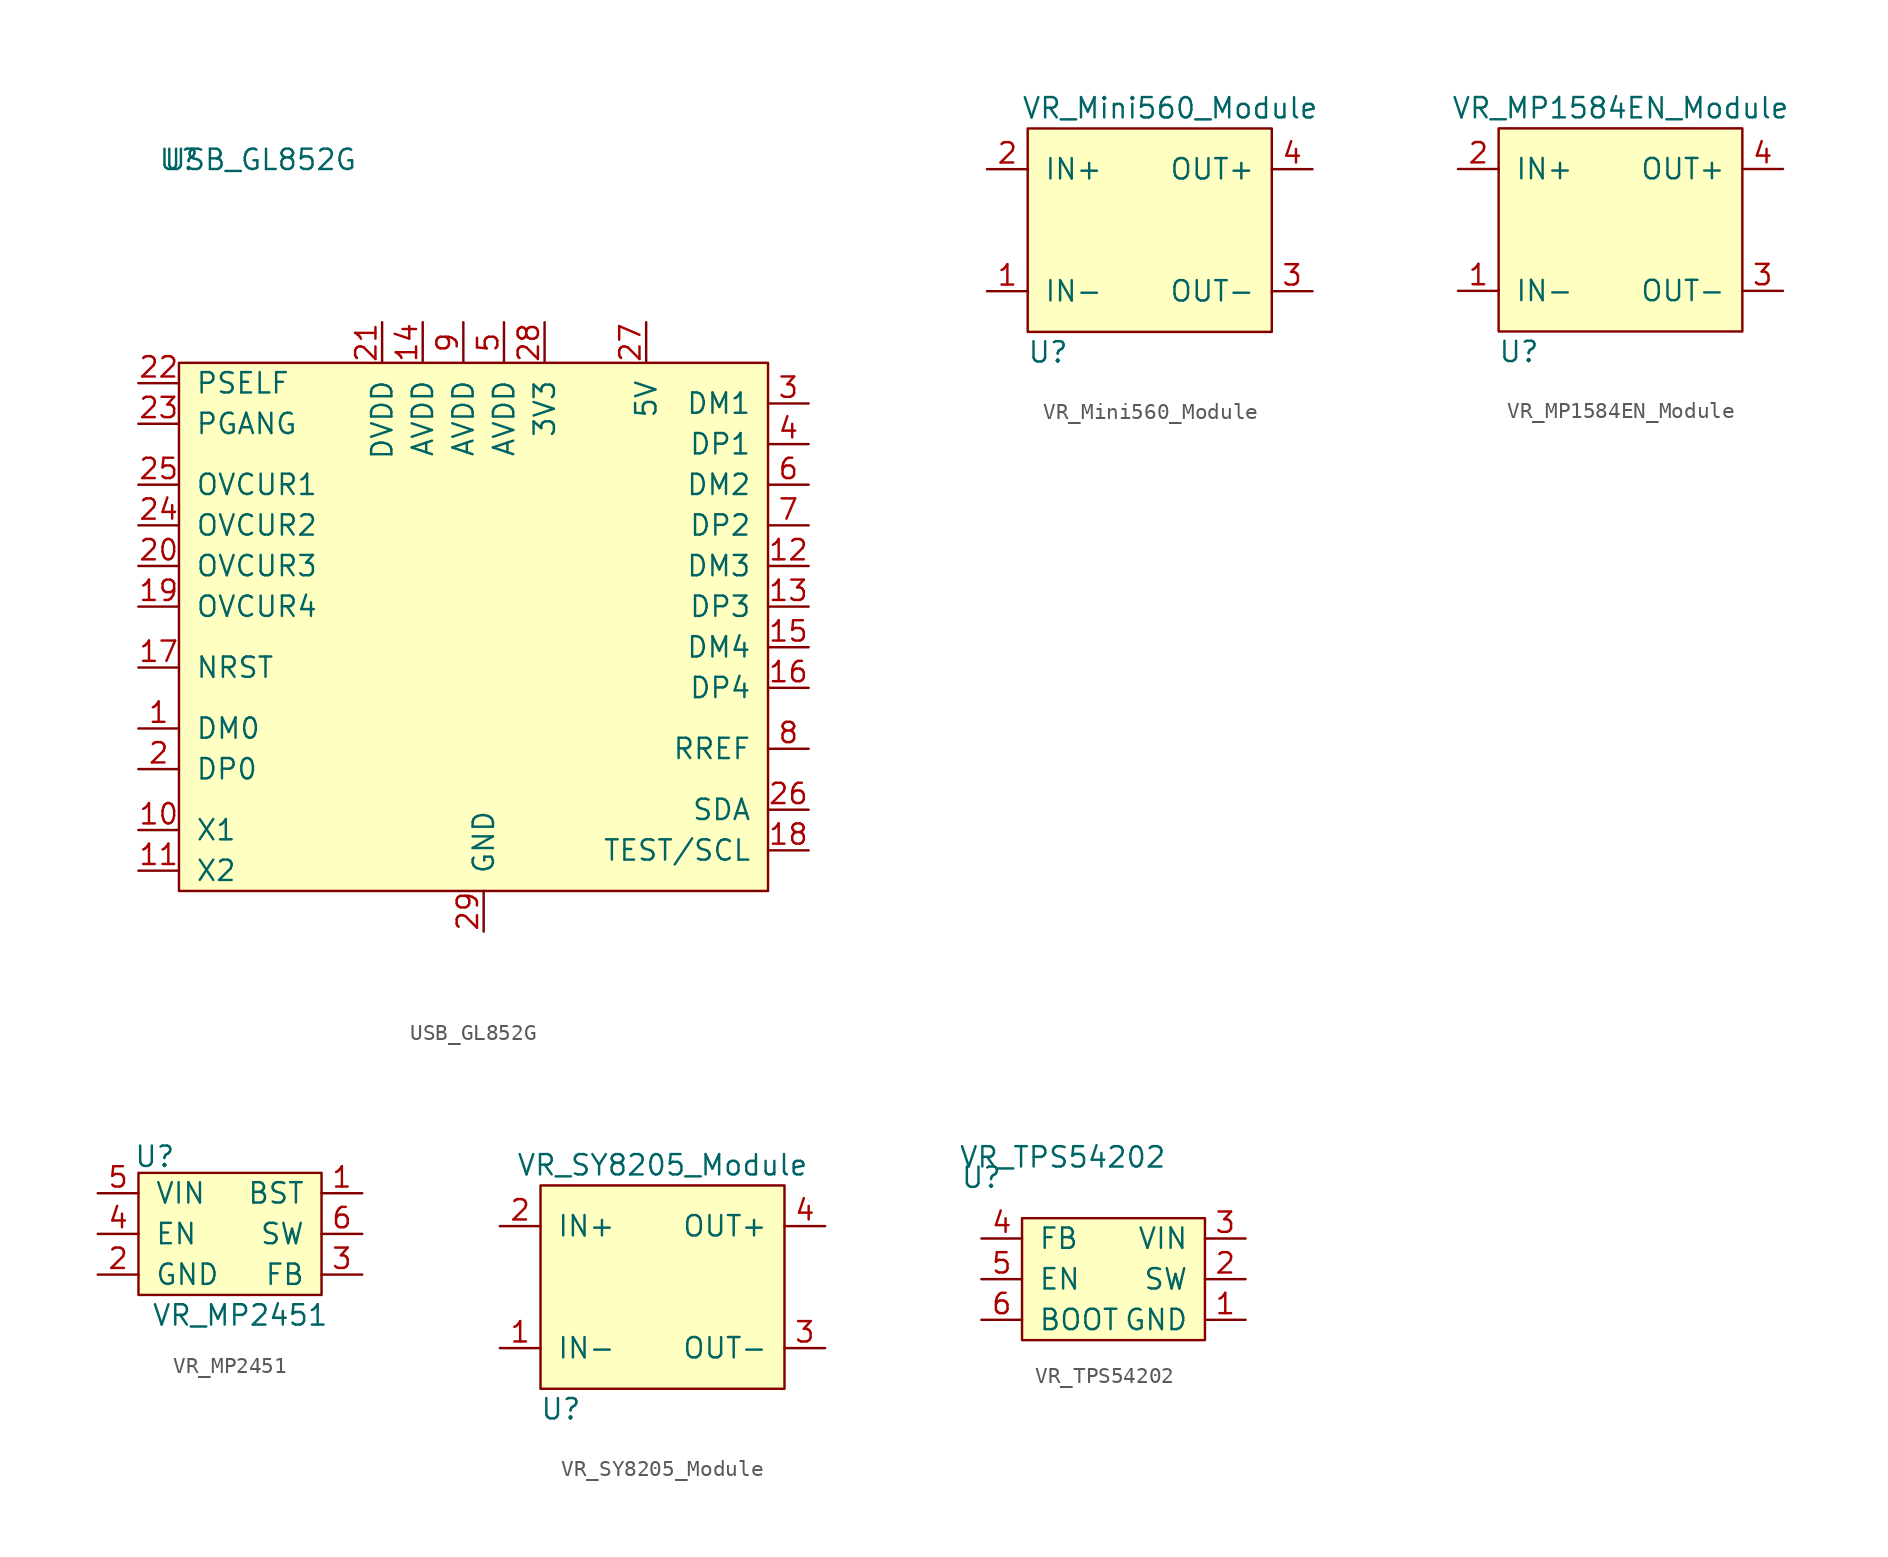
<source format=kicad_sym>
(kicad_symbol_lib
  (version 20211014)
  (generator kicad_symbol_editor)
  (symbol "USB_GL852G"
    (pin_names
      (offset 1.016))
    (property "Reference" "U"
      (at 0 13.97 0)
      (effects (font (size 1.27 1.27))))
    (property "Value" "USB_GL852G"
      (at 5.08 13.97 0)
      (effects (font (size 1.27 1.27))))
    (symbol "USB_GL852G_0_1"
      (rectangle (start 0 1.27) (end 36.83 -31.75) (stroke (width 0) (type default) (color 0 0 0 0)) (fill (type background))))
    (symbol "USB_GL852G_1_1"
      (pin bidirectional line (at -2.54 -21.59 0) (length 2.54) (name "DM0" (effects (font (size 1.27 1.27)))) (number "1" (effects (font (size 1.27 1.27)))))
      (pin input line (at -2.54 -27.94 0) (length 2.54) (name "X1" (effects (font (size 1.27 1.27)))) (number "10" (effects (font (size 1.27 1.27)))))
      (pin output line (at -2.54 -30.48 0) (length 2.54) (name "X2" (effects (font (size 1.27 1.27)))) (number "11" (effects (font (size 1.27 1.27)))))
      (pin bidirectional line (at 39.37 -11.43 180) (length 2.54) (name "DM3" (effects (font (size 1.27 1.27)))) (number "12" (effects (font (size 1.27 1.27)))))
      (pin bidirectional line (at 39.37 -13.97 180) (length 2.54) (name "DP3" (effects (font (size 1.27 1.27)))) (number "13" (effects (font (size 1.27 1.27)))))
      (pin power_in line (at 15.24 3.81 270) (length 2.54) (name "AVDD" (effects (font (size 1.27 1.27)))) (number "14" (effects (font (size 1.27 1.27)))))
      (pin bidirectional line (at 39.37 -16.51 180) (length 2.54) (name "DM4" (effects (font (size 1.27 1.27)))) (number "15" (effects (font (size 1.27 1.27)))))
      (pin bidirectional line (at 39.37 -19.05 180) (length 2.54) (name "DP4" (effects (font (size 1.27 1.27)))) (number "16" (effects (font (size 1.27 1.27)))))
      (pin input line (at -2.54 -17.78 0) (length 2.54) (name "NRST" (effects (font (size 1.27 1.27)))) (number "17" (effects (font (size 1.27 1.27)))))
      (pin bidirectional line (at 39.37 -29.21 180) (length 2.54) (name "TEST/SCL" (effects (font (size 1.27 1.27)))) (number "18" (effects (font (size 1.27 1.27)))))
      (pin input line (at -2.54 -13.97 0) (length 2.54) (name "OVCUR4" (effects (font (size 1.27 1.27)))) (number "19" (effects (font (size 1.27 1.27)))))
      (pin bidirectional line (at -2.54 -24.13 0) (length 2.54) (name "DP0" (effects (font (size 1.27 1.27)))) (number "2" (effects (font (size 1.27 1.27)))))
      (pin input line (at -2.54 -11.43 0) (length 2.54) (name "OVCUR3" (effects (font (size 1.27 1.27)))) (number "20" (effects (font (size 1.27 1.27)))))
      (pin power_in line (at 12.7 3.81 270) (length 2.54) (name "DVDD" (effects (font (size 1.27 1.27)))) (number "21" (effects (font (size 1.27 1.27)))))
      (pin input line (at -2.54 0 0) (length 2.54) (name "PSELF" (effects (font (size 1.27 1.27)))) (number "22" (effects (font (size 1.27 1.27)))))
      (pin bidirectional line (at -2.54 -2.54 0) (length 2.54) (name "PGANG" (effects (font (size 1.27 1.27)))) (number "23" (effects (font (size 1.27 1.27)))))
      (pin input line (at -2.54 -8.89 0) (length 2.54) (name "OVCUR2" (effects (font (size 1.27 1.27)))) (number "24" (effects (font (size 1.27 1.27)))))
      (pin input line (at -2.54 -6.35 0) (length 2.54) (name "OVCUR1" (effects (font (size 1.27 1.27)))) (number "25" (effects (font (size 1.27 1.27)))))
      (pin output line (at 39.37 -26.67 180) (length 2.54) (name "SDA" (effects (font (size 1.27 1.27)))) (number "26" (effects (font (size 1.27 1.27)))))
      (pin power_in line (at 29.21 3.81 270) (length 2.54) (name "5V" (effects (font (size 1.27 1.27)))) (number "27" (effects (font (size 1.27 1.27)))))
      (pin power_out line (at 22.86 3.81 270) (length 2.54) (name "3V3" (effects (font (size 1.27 1.27)))) (number "28" (effects (font (size 1.27 1.27)))))
      (pin power_out line (at 19.05 -34.29 90) (length 2.54) (name "GND" (effects (font (size 1.27 1.27)))) (number "29" (effects (font (size 1.27 1.27)))))
      (pin bidirectional line (at 39.37 -1.27 180) (length 2.54) (name "DM1" (effects (font (size 1.27 1.27)))) (number "3" (effects (font (size 1.27 1.27)))))
      (pin bidirectional line (at 39.37 -3.81 180) (length 2.54) (name "DP1" (effects (font (size 1.27 1.27)))) (number "4" (effects (font (size 1.27 1.27)))))
      (pin power_in line (at 20.32 3.81 270) (length 2.54) (name "AVDD" (effects (font (size 1.27 1.27)))) (number "5" (effects (font (size 1.27 1.27)))))
      (pin bidirectional line (at 39.37 -6.35 180) (length 2.54) (name "DM2" (effects (font (size 1.27 1.27)))) (number "6" (effects (font (size 1.27 1.27)))))
      (pin bidirectional line (at 39.37 -8.89 180) (length 2.54) (name "DP2" (effects (font (size 1.27 1.27)))) (number "7" (effects (font (size 1.27 1.27)))))
      (pin input line (at 39.37 -22.86 180) (length 2.54) (name "RREF" (effects (font (size 1.27 1.27)))) (number "8" (effects (font (size 1.27 1.27)))))
      (pin power_in line (at 17.78 3.81 270) (length 2.54) (name "AVDD" (effects (font (size 1.27 1.27)))) (number "9" (effects (font (size 1.27 1.27)))))))
  (symbol "VR_Mini560_Module"
    (pin_names
      (offset 1.016))
    (property "Reference" "U"
      (at -6.35 -7.62 0)
      (effects (font (size 1.27 1.27))))
    (property "Value" "VR_Mini560_Module"
      (at 1.27 7.62 0)
      (effects (font (size 1.27 1.27))))
    (symbol "VR_Mini560_Module_0_1"
      (rectangle (start -7.62 6.35) (end 7.62 -6.35) (stroke (width 0) (type default) (color 0 0 0 0)) (fill (type background))))
    (symbol "VR_Mini560_Module_1_1"
      (pin power_in line (at -10.16 -3.81 0) (length 2.54) (name "IN-" (effects (font (size 1.27 1.27)))) (number "1" (effects (font (size 1.27 1.27)))))
      (pin power_in line (at -10.16 3.81 0) (length 2.54) (name "IN+" (effects (font (size 1.27 1.27)))) (number "2" (effects (font (size 1.27 1.27)))))
      (pin power_out line (at 10.16 -3.81 180) (length 2.54) (name "OUT-" (effects (font (size 1.27 1.27)))) (number "3" (effects (font (size 1.27 1.27)))))
      (pin power_out line (at 10.16 3.81 180) (length 2.54) (name "OUT+" (effects (font (size 1.27 1.27)))) (number "4" (effects (font (size 1.27 1.27)))))))
  (symbol "VR_MP1584EN_Module"
    (pin_names
      (offset 1.016))
    (property "Reference" "U"
      (at -6.35 -7.62 0)
      (effects (font (size 1.27 1.27))))
    (property "Value" "VR_MP1584EN_Module"
      (at 0 7.62 0)
      (effects (font (size 1.27 1.27))))
    (symbol "VR_MP1584EN_Module_0_1"
      (rectangle (start -7.62 6.35) (end 7.62 -6.35) (stroke (width 0) (type default) (color 0 0 0 0)) (fill (type background))))
    (symbol "VR_MP1584EN_Module_1_1"
      (pin power_in line (at -10.16 -3.81 0) (length 2.54) (name "IN-" (effects (font (size 1.27 1.27)))) (number "1" (effects (font (size 1.27 1.27)))))
      (pin power_in line (at -10.16 3.81 0) (length 2.54) (name "IN+" (effects (font (size 1.27 1.27)))) (number "2" (effects (font (size 1.27 1.27)))))
      (pin power_out line (at 10.16 -3.81 180) (length 2.54) (name "OUT-" (effects (font (size 1.27 1.27)))) (number "3" (effects (font (size 1.27 1.27)))))
      (pin power_out line (at 10.16 3.81 180) (length 2.54) (name "OUT+" (effects (font (size 1.27 1.27)))) (number "4" (effects (font (size 1.27 1.27)))))))
  (symbol "VR_MP2451"
    (pin_names
      (offset 1.016))
    (property "Reference" "U"
      (at 3.556 2.286 0)
      (effects (font (size 1.27 1.27))))
    (property "Value" "VR_MP2451"
      (at 8.89 -7.62 0)
      (effects (font (size 1.27 1.27))))
    (symbol "VR_MP2451_0_1"
      (rectangle (start 2.54 1.27) (end 13.97 -6.35) (stroke (width 0) (type default) (color 0 0 0 0)) (fill (type background))))
    (symbol "VR_MP2451_1_1"
      (pin power_out line (at 16.51 0 180) (length 2.54) (name "BST" (effects (font (size 1.27 1.27)))) (number "1" (effects (font (size 1.27 1.27)))))
      (pin power_in line (at 0 -5.08 0) (length 2.54) (name "GND" (effects (font (size 1.27 1.27)))) (number "2" (effects (font (size 1.27 1.27)))))
      (pin input line (at 16.51 -5.08 180) (length 2.54) (name "FB" (effects (font (size 1.27 1.27)))) (number "3" (effects (font (size 1.27 1.27)))))
      (pin input line (at 0 -2.54 0) (length 2.54) (name "EN" (effects (font (size 1.27 1.27)))) (number "4" (effects (font (size 1.27 1.27)))))
      (pin power_in line (at 0 0 0) (length 2.54) (name "VIN" (effects (font (size 1.27 1.27)))) (number "5" (effects (font (size 1.27 1.27)))))
      (pin power_out line (at 16.51 -2.54 180) (length 2.54) (name "SW" (effects (font (size 1.27 1.27)))) (number "6" (effects (font (size 1.27 1.27)))))))
  (symbol "VR_SY8205_Module"
    (pin_names
      (offset 1.016))
    (property "Reference" "U"
      (at -6.35 -7.62 0)
      (effects (font (size 1.27 1.27))))
    (property "Value" "VR_SY8205_Module"
      (at 0 7.62 0)
      (effects (font (size 1.27 1.27))))
    (symbol "VR_SY8205_Module_0_1"
      (rectangle (start -7.62 6.35) (end 7.62 -6.35) (stroke (width 0) (type default) (color 0 0 0 0)) (fill (type background))))
    (symbol "VR_SY8205_Module_1_1"
      (pin power_in line (at -10.16 -3.81 0) (length 2.54) (name "IN-" (effects (font (size 1.27 1.27)))) (number "1" (effects (font (size 1.27 1.27)))))
      (pin power_in line (at -10.16 3.81 0) (length 2.54) (name "IN+" (effects (font (size 1.27 1.27)))) (number "2" (effects (font (size 1.27 1.27)))))
      (pin power_out line (at 10.16 -3.81 180) (length 2.54) (name "OUT-" (effects (font (size 1.27 1.27)))) (number "3" (effects (font (size 1.27 1.27)))))
      (pin power_out line (at 10.16 3.81 180) (length 2.54) (name "OUT+" (effects (font (size 1.27 1.27)))) (number "4" (effects (font (size 1.27 1.27)))))))
  (symbol "VR_TPS54202"
    (pin_names
      (offset 1.016))
    (property "Reference" "U"
      (at 0 0 0)
      (effects (font (size 1.27 1.27))))
    (property "Value" "VR_TPS54202"
      (at 5.08 1.27 0)
      (effects (font (size 1.27 1.27))))
    (symbol "VR_TPS54202_0_0"
      (pin power_in line (at 16.51 -8.89 180) (length 2.54) (name "GND" (effects (font (size 1.27 1.27)))) (number "1" (effects (font (size 1.27 1.27)))))
      (pin power_out line (at 16.51 -6.35 180) (length 2.54) (name "SW" (effects (font (size 1.27 1.27)))) (number "2" (effects (font (size 1.27 1.27)))))
      (pin power_in line (at 16.51 -3.81 180) (length 2.54) (name "VIN" (effects (font (size 1.27 1.27)))) (number "3" (effects (font (size 1.27 1.27)))))
      (pin input line (at 0 -3.81 0) (length 2.54) (name "FB" (effects (font (size 1.27 1.27)))) (number "4" (effects (font (size 1.27 1.27)))))
      (pin input line (at 0 -6.35 0) (length 2.54) (name "EN" (effects (font (size 1.27 1.27)))) (number "5" (effects (font (size 1.27 1.27)))))
      (pin power_out line (at 0 -8.89 0) (length 2.54) (name "BOOT" (effects (font (size 1.27 1.27)))) (number "6" (effects (font (size 1.27 1.27))))))
    (symbol "VR_TPS54202_0_1"
      (rectangle (start 2.54 -2.54) (end 13.97 -10.16) (stroke (width 0) (type default) (color 0 0 0 0)) (fill (type background))))))
</source>
